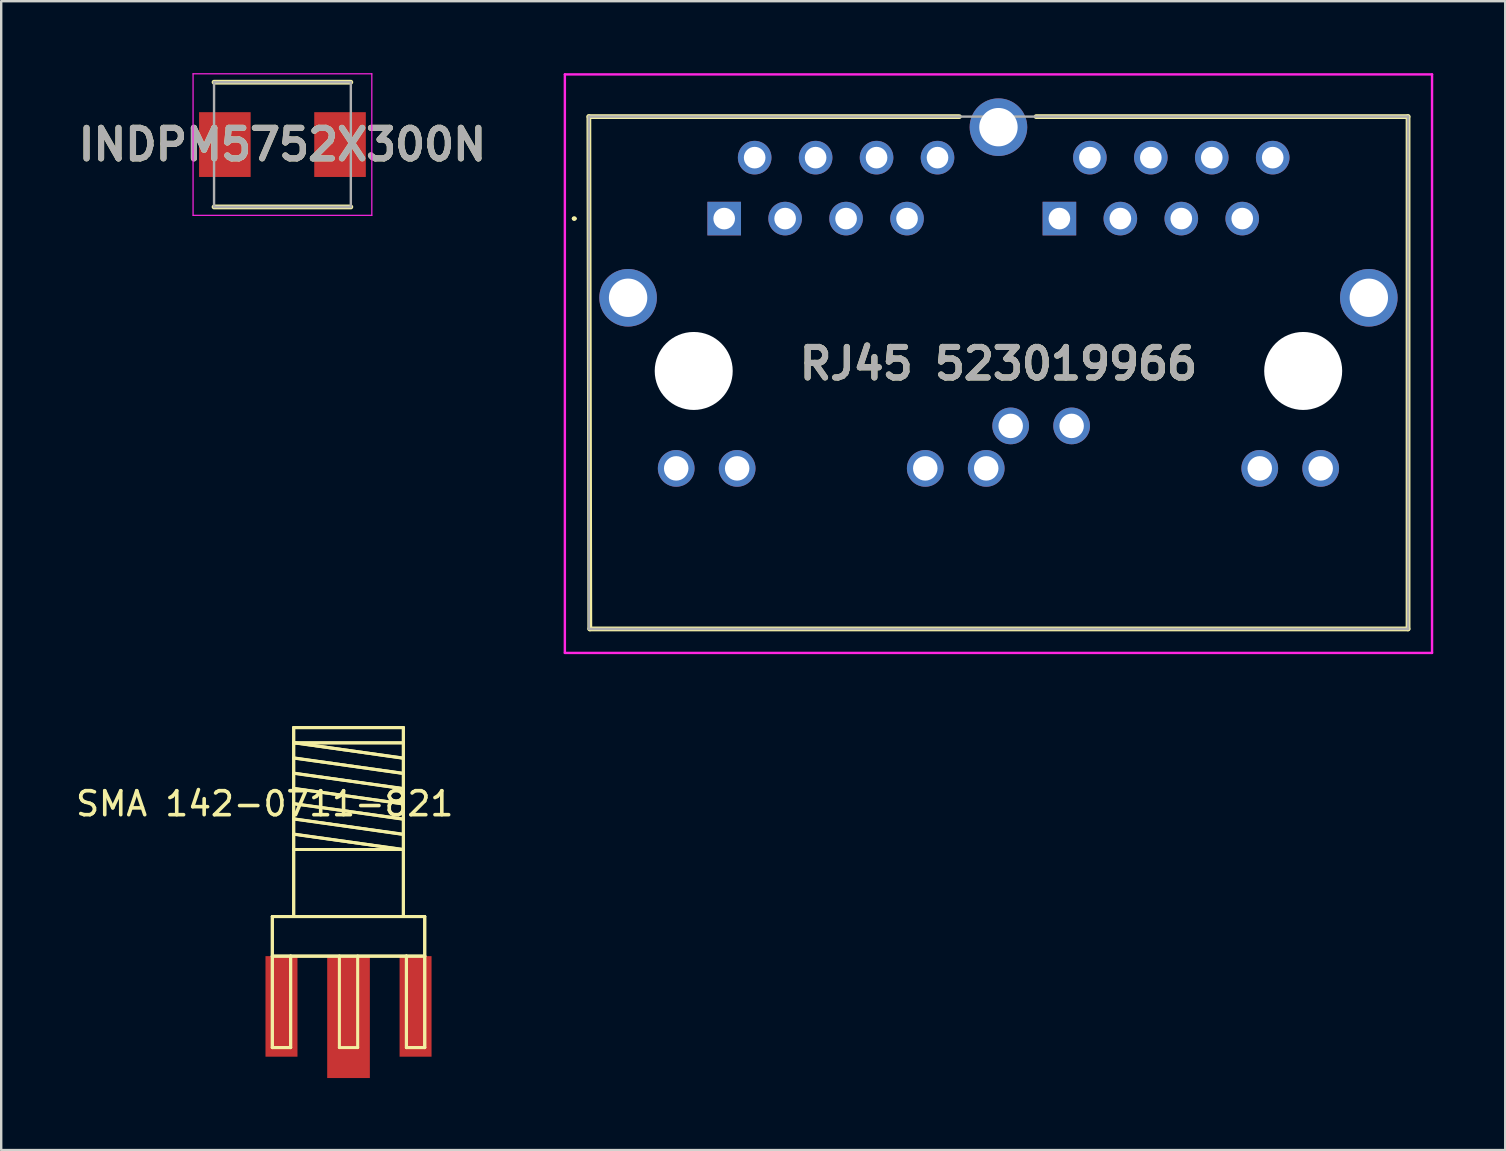
<source format=kicad_pcb>
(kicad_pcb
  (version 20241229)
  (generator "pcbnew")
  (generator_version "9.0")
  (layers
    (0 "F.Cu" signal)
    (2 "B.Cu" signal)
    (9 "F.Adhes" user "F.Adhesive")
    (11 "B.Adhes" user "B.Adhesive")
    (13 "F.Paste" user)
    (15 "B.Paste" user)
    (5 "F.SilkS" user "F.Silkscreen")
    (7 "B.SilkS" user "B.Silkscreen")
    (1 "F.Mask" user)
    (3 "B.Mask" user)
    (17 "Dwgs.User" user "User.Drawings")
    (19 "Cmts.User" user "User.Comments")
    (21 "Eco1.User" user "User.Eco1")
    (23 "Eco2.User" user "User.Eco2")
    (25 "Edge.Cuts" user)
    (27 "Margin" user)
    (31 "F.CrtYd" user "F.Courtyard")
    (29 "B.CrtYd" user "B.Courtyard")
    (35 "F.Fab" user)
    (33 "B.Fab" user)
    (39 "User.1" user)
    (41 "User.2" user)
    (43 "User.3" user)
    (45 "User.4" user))
  (footprint "RJ45 523019966"
    (layer "F.Cu")
    (at 27.131 6.06)
    (property "Reference" "RJ45 523019966" (at 11.43 6.045 0) (layer "F.SilkS") (effects (font (size 1.27 1.27) (thickness 0.254))))
    (attr through_hole)
    (fp_line (start -6.3 0) (end -6.3 0) (stroke (width 0.1) (type solid)) (layer "F.SilkS"))
    (fp_line (start -6.2 0) (end -6.2 0) (stroke (width 0.1) (type solid)) (layer "F.SilkS"))
    (fp_line (start -5.64 -4.25) (end -5.6 17.1) (stroke (width 0.2) (type solid)) (layer "F.SilkS"))
    (fp_line (start -5.6 17.1) (end 28.5 17.1) (stroke (width 0.2) (type solid)) (layer "F.SilkS"))
    (fp_line (start 9.8 -4.25) (end -5.64 -4.25) (stroke (width 0.2) (type solid)) (layer "F.SilkS"))
    (fp_line (start 28.5 -4.25) (end 13 -4.25) (stroke (width 0.2) (type solid)) (layer "F.SilkS"))
    (fp_line (start 28.5 17.1) (end 28.5 -4.25) (stroke (width 0.2) (type solid)) (layer "F.SilkS"))
    (fp_arc (start -6.3 0) (mid -6.25 -0.05) (end -6.2 0) (stroke (width 0.1) (type solid)) (layer "F.SilkS"))
    (fp_arc (start -6.2 0) (mid -6.25 0.05) (end -6.3 0) (stroke (width 0.1) (type solid)) (layer "F.SilkS"))
    (fp_line (start -6.64 -6.01) (end 29.5 -6.01) (stroke (width 0.1) (type solid)) (layer "F.CrtYd"))
    (fp_line (start -6.64 18.1) (end -6.64 -6.01) (stroke (width 0.1) (type solid)) (layer "F.CrtYd"))
    (fp_line (start 29.5 -6.01) (end 29.5 18.1) (stroke (width 0.1) (type solid)) (layer "F.CrtYd"))
    (fp_line (start 29.5 18.1) (end -6.64 18.1) (stroke (width 0.1) (type solid)) (layer "F.CrtYd"))
    (fp_line (start -5.64 -4.25) (end 28.5 -4.25) (stroke (width 0.1) (type solid)) (layer "F.Fab"))
    (fp_line (start -5.64 17.1) (end -5.64 -4.25) (stroke (width 0.1) (type solid)) (layer "F.Fab"))
    (fp_line (start 28.5 -4.25) (end 28.5 17.1) (stroke (width 0.1) (type solid)) (layer "F.Fab"))
    (fp_line (start 28.5 17.1) (end -5.64 17.1) (stroke (width 0.1) (type solid)) (layer "F.Fab"))
    (fp_text user "${REFERENCE}" (at 11.43 6.045 0) (layer "F.Fab") (effects (font (size 1.27 1.27) (thickness 0.254))))
    (pad "" np_thru_hole circle (at -1.27 6.35) (size 3.25 3.25) (drill 3.25) (layers "*.Cu" "*.Mask"))
    (pad "" np_thru_hole circle (at 24.13 6.35) (size 3.25 3.25) (drill 3.25) (layers "*.Cu" "*.Mask"))
    (pad "MH1" thru_hole circle (at -4.005 3.3) (size 2.4 2.4) (drill 1.6) (layers "*.Cu" "*.Mask"))
    (pad "MH2" thru_hole circle (at 26.865 3.3) (size 2.4 2.4) (drill 1.6) (layers "*.Cu" "*.Mask"))
    (pad "MH3" thru_hole circle (at 11.43 -3.81) (size 2.4 2.4) (drill 1.6) (layers "*.Cu" "*.Mask"))
    (pad "PA1" thru_hole rect (at 0 0) (size 1.4 1.4) (drill 0.9) (layers "*.Cu" "*.Mask"))
    (pad "PA2" thru_hole circle (at 1.27 -2.54) (size 1.4 1.4) (drill 0.9) (layers "*.Cu" "*.Mask"))
    (pad "PA3" thru_hole circle (at 2.54 0) (size 1.4 1.4) (drill 0.9) (layers "*.Cu" "*.Mask"))
    (pad "PA4" thru_hole circle (at 3.81 -2.54) (size 1.4 1.4) (drill 0.9) (layers "*.Cu" "*.Mask"))
    (pad "PA5" thru_hole circle (at 5.08 0) (size 1.4 1.4) (drill 0.9) (layers "*.Cu" "*.Mask"))
    (pad "PA6" thru_hole circle (at 6.35 -2.54) (size 1.4 1.4) (drill 0.9) (layers "*.Cu" "*.Mask"))
    (pad "PA7" thru_hole circle (at 7.62 0) (size 1.4 1.4) (drill 0.9) (layers "*.Cu" "*.Mask"))
    (pad "PA8" thru_hole circle (at 8.89 -2.54) (size 1.4 1.4) (drill 0.9) (layers "*.Cu" "*.Mask"))
    (pad "PA9" thru_hole circle (at -2 10.41) (size 1.53 1.53) (drill 1.02) (layers "*.Cu" "*.Mask"))
    (pad "PA10" thru_hole circle (at 0.54 10.41) (size 1.53 1.53) (drill 1.02) (layers "*.Cu" "*.Mask"))
    (pad "PA11" thru_hole circle (at 8.38 10.41) (size 1.53 1.53) (drill 1.02) (layers "*.Cu" "*.Mask"))
    (pad "PA12" thru_hole circle (at 10.92 10.41) (size 1.53 1.53) (drill 1.02) (layers "*.Cu" "*.Mask"))
    (pad "PB1" thru_hole rect (at 13.97 0) (size 1.4 1.4) (drill 0.9) (layers "*.Cu" "*.Mask"))
    (pad "PB2" thru_hole circle (at 15.24 -2.54) (size 1.4 1.4) (drill 0.9) (layers "*.Cu" "*.Mask"))
    (pad "PB3" thru_hole circle (at 16.51 0) (size 1.4 1.4) (drill 0.9) (layers "*.Cu" "*.Mask"))
    (pad "PB4" thru_hole circle (at 17.78 -2.54) (size 1.4 1.4) (drill 0.9) (layers "*.Cu" "*.Mask"))
    (pad "PB5" thru_hole circle (at 19.05 0) (size 1.4 1.4) (drill 0.9) (layers "*.Cu" "*.Mask"))
    (pad "PB6" thru_hole circle (at 20.32 -2.54) (size 1.4 1.4) (drill 0.9) (layers "*.Cu" "*.Mask"))
    (pad "PB7" thru_hole circle (at 21.59 0) (size 1.4 1.4) (drill 0.9) (layers "*.Cu" "*.Mask"))
    (pad "PB8" thru_hole circle (at 22.86 -2.54) (size 1.4 1.4) (drill 0.9) (layers "*.Cu" "*.Mask"))
    (pad "PB9" thru_hole circle (at 11.94 8.64) (size 1.53 1.53) (drill 1.02) (layers "*.Cu" "*.Mask"))
    (pad "PB10" thru_hole circle (at 14.48 8.64) (size 1.53 1.53) (drill 1.02) (layers "*.Cu" "*.Mask"))
    (pad "PB11" thru_hole circle (at 22.32 10.41) (size 1.53 1.53) (drill 1.02) (layers "*.Cu" "*.Mask"))
    (pad "PB12" thru_hole circle (at 24.86 10.41) (size 1.53 1.53) (drill 1.02) (layers "*.Cu" "*.Mask")))
  (footprint "INDPM5752X300N"
    (layer "F.Cu")
    (at 8.721 2.975)
    (property "Reference" "INDPM5752X300N" (at 0 0 0) (layer "F.SilkS") (effects (font (size 1.27 1.27) (thickness 0.254))))
    (attr smd)
    (fp_line (start -2.85 2.6) (end 2.85 2.6) (stroke (width 0.2) (type solid)) (layer "F.SilkS"))
    (fp_line (start 2.85 -2.6) (end -2.85 -2.6) (stroke (width 0.2) (type solid)) (layer "F.SilkS"))
    (fp_line (start -3.725 -2.95) (end 3.725 -2.95) (stroke (width 0.05) (type solid)) (layer "F.CrtYd"))
    (fp_line (start -3.725 2.95) (end -3.725 -2.95) (stroke (width 0.05) (type solid)) (layer "F.CrtYd"))
    (fp_line (start 3.725 -2.95) (end 3.725 2.95) (stroke (width 0.05) (type solid)) (layer "F.CrtYd"))
    (fp_line (start 3.725 2.95) (end -3.725 2.95) (stroke (width 0.05) (type solid)) (layer "F.CrtYd"))
    (fp_line (start -2.85 -2.6) (end 2.85 -2.6) (stroke (width 0.1) (type solid)) (layer "F.Fab"))
    (fp_line (start -2.85 2.6) (end -2.85 -2.6) (stroke (width 0.1) (type solid)) (layer "F.Fab"))
    (fp_line (start 2.85 -2.6) (end 2.85 2.6) (stroke (width 0.1) (type solid)) (layer "F.Fab"))
    (fp_line (start 2.85 2.6) (end -2.85 2.6) (stroke (width 0.1) (type solid)) (layer "F.Fab"))
    (fp_text user "${REFERENCE}" (at 0 0 0) (layer "F.Fab") (effects (font (size 1.27 1.27) (thickness 0.254))))
    (pad "1" smd rect (at -2.4 0) (size 2.15 2.7) (layers "F.Cu" "F.Mask" "F.Paste"))
    (pad "2" smd rect (at 2.4 0) (size 2.15 2.7) (layers "F.Cu" "F.Mask" "F.Paste")))
  (footprint "SMA 142-0711-821"
    (layer "F.Cu")
    (at 11.475 36.798)
    (property "Reference" "SMA 142-0711-821" (at -3.493 -6.35 180) (layer "F.SilkS") (effects (font (size 1 1) (thickness 0.15))))
    (attr smd)
    (fp_line (start -3.175 -1.651) (end -3.175 0) (stroke (width 0.127) (type solid)) (layer "F.SilkS"))
    (fp_line (start -3.175 -1.651) (end -2.286 -1.651) (stroke (width 0.127) (type solid)) (layer "F.SilkS"))
    (fp_line (start -3.175 0) (end -3.175 -1.651) (stroke (width 0.127) (type solid)) (layer "F.SilkS"))
    (fp_line (start -3.175 0) (end -3.175 3.81) (stroke (width 0.127) (type solid)) (layer "F.SilkS"))
    (fp_line (start -3.175 0) (end -3.175 3.81) (stroke (width 0.127) (type solid)) (layer "F.SilkS"))
    (fp_line (start -3.175 0) (end -2.413 0) (stroke (width 0.127) (type solid)) (layer "F.SilkS"))
    (fp_line (start -3.175 3.81) (end -2.413 3.81) (stroke (width 0.127) (type solid)) (layer "F.SilkS"))
    (fp_line (start -3.175 3.81) (end -2.413 3.81) (stroke (width 0.127) (type solid)) (layer "F.SilkS"))
    (fp_line (start -2.413 0) (end -3.175 0) (stroke (width 0.127) (type solid)) (layer "F.SilkS"))
    (fp_line (start -2.413 0) (end 2.413 0) (stroke (width 0.127) (type solid)) (layer "F.SilkS"))
    (fp_line (start -2.413 3.81) (end -2.413 0) (stroke (width 0.127) (type solid)) (layer "F.SilkS"))
    (fp_line (start -2.413 3.81) (end -2.413 0) (stroke (width 0.127) (type solid)) (layer "F.SilkS"))
    (fp_line (start -2.286 -9.525) (end -2.286 -8.89) (stroke (width 0.127) (type solid)) (layer "F.SilkS"))
    (fp_line (start -2.286 -9.525) (end 2.286 -9.525) (stroke (width 0.127) (type solid)) (layer "F.SilkS"))
    (fp_line (start -2.286 -8.89) (end -2.286 -9.525) (stroke (width 0.127) (type solid)) (layer "F.SilkS"))
    (fp_line (start -2.286 -8.89) (end -2.286 -8.255) (stroke (width 0.127) (type solid)) (layer "F.SilkS"))
    (fp_line (start -2.286 -8.89) (end -2.223 -8.89) (stroke (width 0.127) (type solid)) (layer "F.SilkS"))
    (fp_line (start -2.286 -8.255) (end -2.286 -7.62) (stroke (width 0.127) (type solid)) (layer "F.SilkS"))
    (fp_line (start -2.286 -7.62) (end -2.286 -6.985) (stroke (width 0.127) (type solid)) (layer "F.SilkS"))
    (fp_line (start -2.286 -6.985) (end -2.286 -6.35) (stroke (width 0.127) (type solid)) (layer "F.SilkS"))
    (fp_line (start -2.286 -6.35) (end -2.286 -5.715) (stroke (width 0.127) (type solid)) (layer "F.SilkS"))
    (fp_line (start -2.286 -5.715) (end -2.286 -5.08) (stroke (width 0.127) (type solid)) (layer "F.SilkS"))
    (fp_line (start -2.286 -5.08) (end -2.286 -4.445) (stroke (width 0.127) (type solid)) (layer "F.SilkS"))
    (fp_line (start -2.286 -4.445) (end -2.286 -8.89) (stroke (width 0.127) (type solid)) (layer "F.SilkS"))
    (fp_line (start -2.286 -4.445) (end -2.286 -1.651) (stroke (width 0.127) (type solid)) (layer "F.SilkS"))
    (fp_line (start -2.286 -4.445) (end 2.223 -4.445) (stroke (width 0.127) (type solid)) (layer "F.SilkS"))
    (fp_line (start -2.286 -1.651) (end -3.175 -1.651) (stroke (width 0.127) (type solid)) (layer "F.SilkS"))
    (fp_line (start -2.286 -1.651) (end -2.286 -4.445) (stroke (width 0.127) (type solid)) (layer "F.SilkS"))
    (fp_line (start -2.286 -1.651) (end 2.286 -1.651) (stroke (width 0.127) (type solid)) (layer "F.SilkS"))
    (fp_line (start -2.223 -8.89) (end 2.223 -8.255) (stroke (width 0.127) (type solid)) (layer "F.SilkS"))
    (fp_line (start -2.223 -8.89) (end 2.286 -8.89) (stroke (width 0.127) (type solid)) (layer "F.SilkS"))
    (fp_line (start -2.223 -8.255) (end 2.223 -7.62) (stroke (width 0.127) (type solid)) (layer "F.SilkS"))
    (fp_line (start -2.223 -7.62) (end 2.223 -6.985) (stroke (width 0.127) (type solid)) (layer "F.SilkS"))
    (fp_line (start -2.223 -6.985) (end 2.223 -6.35) (stroke (width 0.127) (type solid)) (layer "F.SilkS"))
    (fp_line (start -2.223 -6.35) (end 2.223 -5.715) (stroke (width 0.127) (type solid)) (layer "F.SilkS"))
    (fp_line (start -2.223 -5.715) (end 2.223 -5.08) (stroke (width 0.127) (type solid)) (layer "F.SilkS"))
    (fp_line (start -2.223 -5.08) (end 2.223 -4.445) (stroke (width 0.127) (type solid)) (layer "F.SilkS"))
    (fp_line (start -0.381 0) (end -2.413 0) (stroke (width 0.127) (type solid)) (layer "F.SilkS"))
    (fp_line (start -0.381 3.81) (end -0.381 0) (stroke (width 0.127) (type solid)) (layer "F.SilkS"))
    (fp_line (start 0.381 0) (end -0.381 0) (stroke (width 0.127) (type solid)) (layer "F.SilkS"))
    (fp_line (start 0.381 0) (end 0.381 3.81) (stroke (width 0.127) (type solid)) (layer "F.SilkS"))
    (fp_line (start 0.381 3.81) (end -0.381 3.81) (stroke (width 0.127) (type solid)) (layer "F.SilkS"))
    (fp_line (start 2.223 -4.445) (end 2.286 -4.445) (stroke (width 0.127) (type solid)) (layer "F.SilkS"))
    (fp_line (start 2.286 -9.525) (end -2.286 -9.525) (stroke (width 0.127) (type solid)) (layer "F.SilkS"))
    (fp_line (start 2.286 -9.525) (end 2.286 -8.89) (stroke (width 0.127) (type solid)) (layer "F.SilkS"))
    (fp_line (start 2.286 -8.89) (end -2.286 -8.89) (stroke (width 0.127) (type solid)) (layer "F.SilkS"))
    (fp_line (start 2.286 -8.89) (end 2.286 -9.525) (stroke (width 0.127) (type solid)) (layer "F.SilkS"))
    (fp_line (start 2.286 -8.89) (end 2.286 -4.445) (stroke (width 0.127) (type solid)) (layer "F.SilkS"))
    (fp_line (start 2.286 -8.255) (end -2.286 -8.89) (stroke (width 0.127) (type solid)) (layer "F.SilkS"))
    (fp_line (start 2.286 -8.255) (end 2.286 -8.89) (stroke (width 0.127) (type solid)) (layer "F.SilkS"))
    (fp_line (start 2.286 -7.62) (end -2.286 -8.255) (stroke (width 0.127) (type solid)) (layer "F.SilkS"))
    (fp_line (start 2.286 -7.62) (end 2.286 -8.255) (stroke (width 0.127) (type solid)) (layer "F.SilkS"))
    (fp_line (start 2.286 -6.985) (end -2.286 -7.62) (stroke (width 0.127) (type solid)) (layer "F.SilkS"))
    (fp_line (start 2.286 -6.985) (end 2.286 -7.62) (stroke (width 0.127) (type solid)) (layer "F.SilkS"))
    (fp_line (start 2.286 -6.35) (end -2.286 -6.985) (stroke (width 0.127) (type solid)) (layer "F.SilkS"))
    (fp_line (start 2.286 -6.35) (end 2.286 -6.985) (stroke (width 0.127) (type solid)) (layer "F.SilkS"))
    (fp_line (start 2.286 -5.715) (end -2.286 -6.35) (stroke (width 0.127) (type solid)) (layer "F.SilkS"))
    (fp_line (start 2.286 -5.715) (end 2.286 -6.35) (stroke (width 0.127) (type solid)) (layer "F.SilkS"))
    (fp_line (start 2.286 -5.08) (end -2.286 -5.715) (stroke (width 0.127) (type solid)) (layer "F.SilkS"))
    (fp_line (start 2.286 -5.08) (end 2.286 -5.715) (stroke (width 0.127) (type solid)) (layer "F.SilkS"))
    (fp_line (start 2.286 -4.445) (end -2.286 -5.08) (stroke (width 0.127) (type solid)) (layer "F.SilkS"))
    (fp_line (start 2.286 -4.445) (end -2.286 -4.445) (stroke (width 0.127) (type solid)) (layer "F.SilkS"))
    (fp_line (start 2.286 -4.445) (end 2.286 -5.08) (stroke (width 0.127) (type solid)) (layer "F.SilkS"))
    (fp_line (start 2.286 -4.445) (end 2.286 -1.651) (stroke (width 0.127) (type solid)) (layer "F.SilkS"))
    (fp_line (start 2.286 -1.651) (end -2.286 -1.651) (stroke (width 0.127) (type solid)) (layer "F.SilkS"))
    (fp_line (start 2.286 -1.651) (end 2.286 -4.445) (stroke (width 0.127) (type solid)) (layer "F.SilkS"))
    (fp_line (start 2.286 -1.651) (end 3.175 -1.651) (stroke (width 0.127) (type solid)) (layer "F.SilkS"))
    (fp_line (start 2.413 0) (end 0.381 0) (stroke (width 0.127) (type solid)) (layer "F.SilkS"))
    (fp_line (start 2.413 0) (end 3.175 0) (stroke (width 0.127) (type solid)) (layer "F.SilkS"))
    (fp_line (start 2.413 3.81) (end 2.413 0) (stroke (width 0.127) (type solid)) (layer "F.SilkS"))
    (fp_line (start 2.413 3.81) (end 2.413 0) (stroke (width 0.127) (type solid)) (layer "F.SilkS"))
    (fp_line (start 3.175 -1.651) (end 2.286 -1.651) (stroke (width 0.127) (type solid)) (layer "F.SilkS"))
    (fp_line (start 3.175 -1.651) (end 3.175 0) (stroke (width 0.127) (type solid)) (layer "F.SilkS"))
    (fp_line (start 3.175 0) (end 2.413 0) (stroke (width 0.127) (type solid)) (layer "F.SilkS"))
    (fp_line (start 3.175 0) (end 3.175 -1.651) (stroke (width 0.127) (type solid)) (layer "F.SilkS"))
    (fp_line (start 3.175 0) (end 3.175 3.81) (stroke (width 0.127) (type solid)) (layer "F.SilkS"))
    (fp_line (start 3.175 0) (end 3.175 3.81) (stroke (width 0.127) (type solid)) (layer "F.SilkS"))
    (fp_line (start 3.175 3.81) (end 2.413 3.81) (stroke (width 0.127) (type solid)) (layer "F.SilkS"))
    (fp_line (start 3.175 3.81) (end 2.413 3.81) (stroke (width 0.127) (type solid)) (layer "F.SilkS"))
    (pad "GND1" smd rect (at 2.794 2.095 90) (size 4.191 1.333) (layers "F.Cu" "F.Mask" "F.Paste"))
    (pad "GND2" smd rect (at -2.794 2.095 90) (size 4.191 1.333) (layers "F.Cu" "F.Mask" "F.Paste"))
    (pad "RF" smd rect (at 0 2.54 90) (size 5.08 1.778) (layers "F.Cu" "F.Mask" "F.Paste")))
  (gr_rect
    (start -3 -3)
    (end 59.681 44.879)
    (stroke (width 0.1) (type default))
    (fill no)
    (layer "Edge.Cuts")))
</source>
